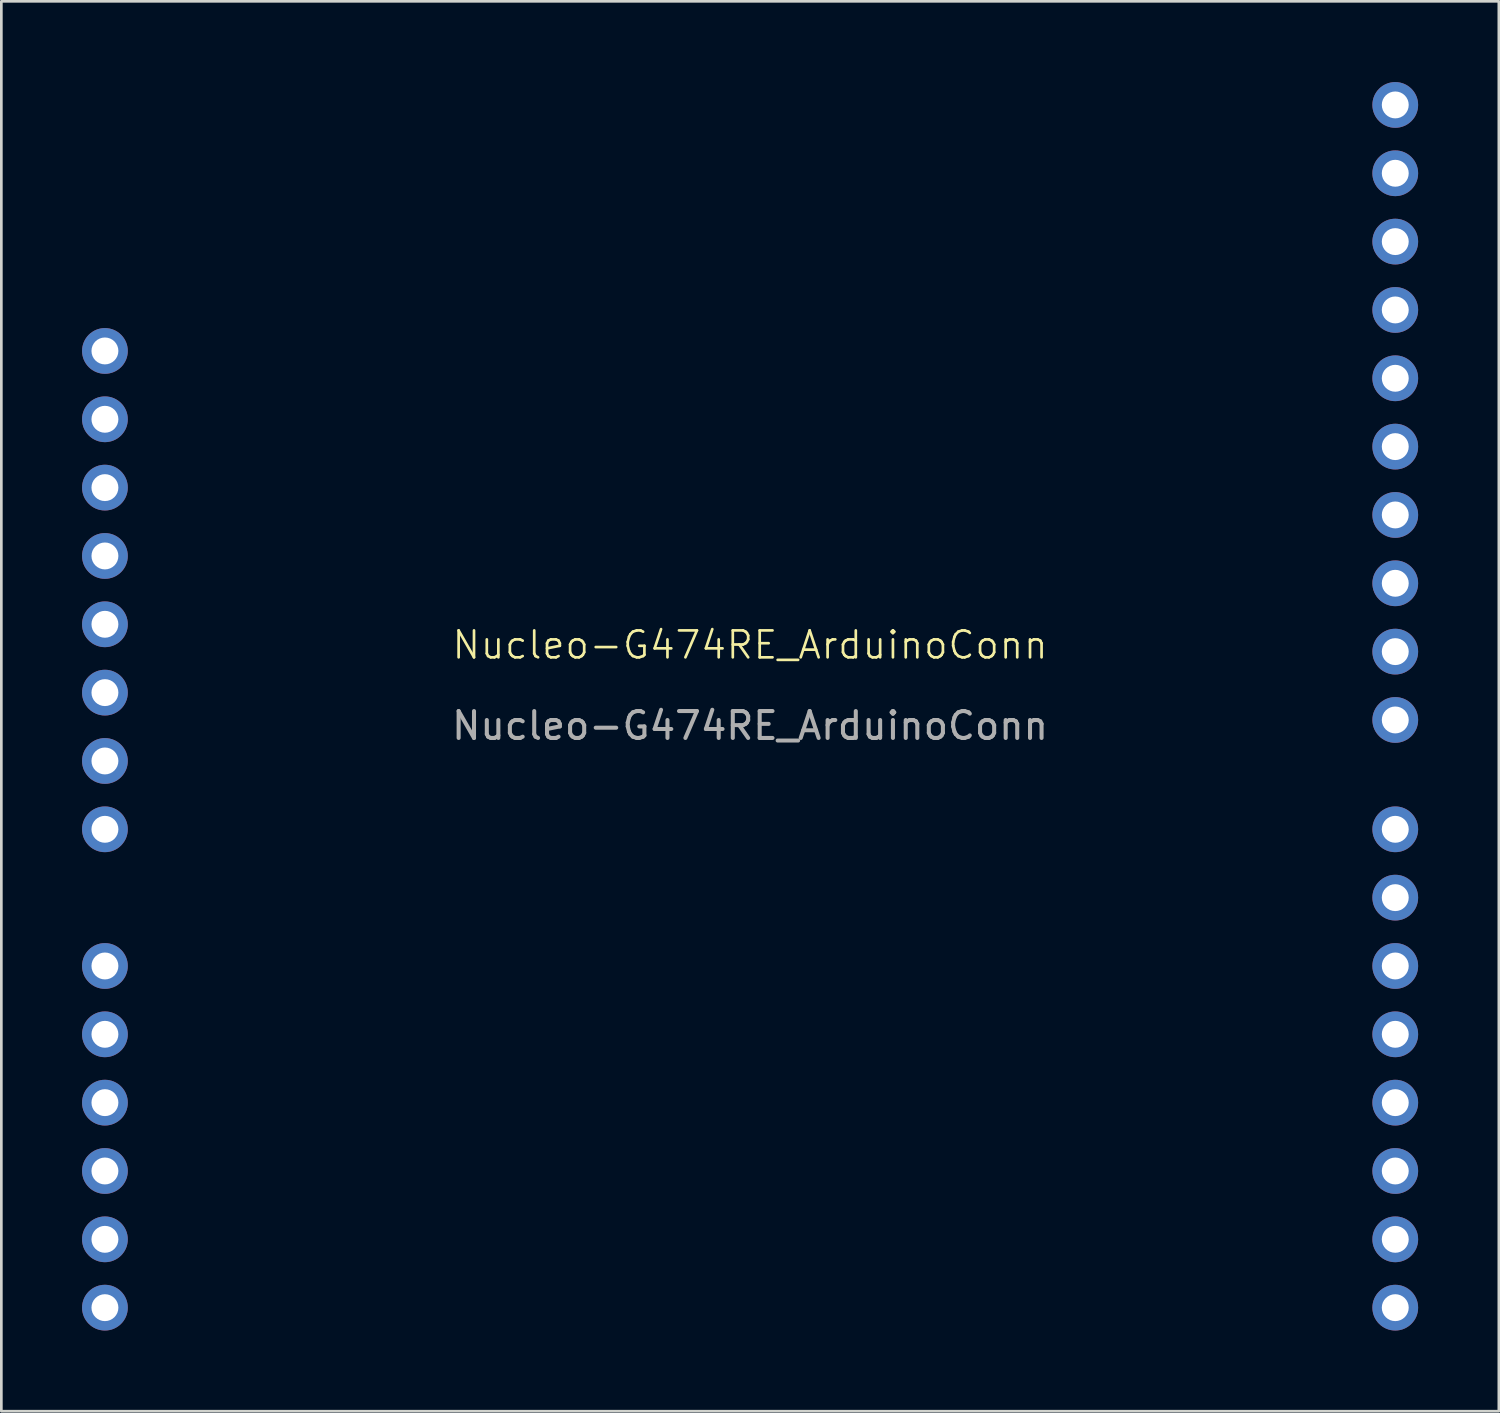
<source format=kicad_pcb>
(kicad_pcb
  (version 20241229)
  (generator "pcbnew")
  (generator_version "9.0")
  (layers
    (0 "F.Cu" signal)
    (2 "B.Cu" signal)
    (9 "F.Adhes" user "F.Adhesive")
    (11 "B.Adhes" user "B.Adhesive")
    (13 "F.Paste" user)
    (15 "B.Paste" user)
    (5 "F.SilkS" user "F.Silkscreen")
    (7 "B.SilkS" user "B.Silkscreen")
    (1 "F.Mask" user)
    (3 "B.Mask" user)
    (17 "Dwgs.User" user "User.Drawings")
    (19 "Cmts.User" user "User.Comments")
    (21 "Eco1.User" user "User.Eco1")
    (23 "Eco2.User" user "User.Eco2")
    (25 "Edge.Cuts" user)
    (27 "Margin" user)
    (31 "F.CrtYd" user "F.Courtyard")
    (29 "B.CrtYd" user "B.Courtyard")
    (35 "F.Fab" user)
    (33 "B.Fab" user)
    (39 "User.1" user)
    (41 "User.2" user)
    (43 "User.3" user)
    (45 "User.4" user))
  (footprint "Nucleo-G474RE_ArduinoConn"
    (layer "F.Cu")
    (at 24.83 21.424)
    (property "Reference" "Nucleo-G474RE_ArduinoConn" (at 0 -0.5 0) (unlocked yes) (layer "F.SilkS") (effects (font (size 1 1) (thickness 0.1))))
    (attr through_hole)
    (fp_text user "${REFERENCE}" (at 0 2.5 0) (unlocked yes) (layer "F.Fab") (effects (font (size 1 1) (thickness 0.15))))
    (pad "A1" thru_hole circle (at -23.98 -11.43) (size 1.7 1.7) (drill 1) (layers "*.Cu" "*.Mask"))
    (pad "A2" thru_hole circle (at -23.98 -8.89) (size 1.7 1.7) (drill 1) (layers "*.Cu" "*.Mask"))
    (pad "A3" thru_hole circle (at -23.98 -6.35) (size 1.7 1.7) (drill 1) (layers "*.Cu" "*.Mask"))
    (pad "A4" thru_hole circle (at -23.98 -3.81) (size 1.7 1.7) (drill 1) (layers "*.Cu" "*.Mask"))
    (pad "A5" thru_hole circle (at -23.98 -1.27) (size 1.7 1.7) (drill 1) (layers "*.Cu" "*.Mask"))
    (pad "A6" thru_hole circle (at -23.98 1.27) (size 1.7 1.7) (drill 1) (layers "*.Cu" "*.Mask"))
    (pad "A7" thru_hole circle (at -23.98 3.81) (size 1.7 1.7) (drill 1) (layers "*.Cu" "*.Mask"))
    (pad "A8" thru_hole circle (at -23.98 6.35) (size 1.7 1.7) (drill 1) (layers "*.Cu" "*.Mask"))
    (pad "B1" thru_hole circle (at -23.98 11.43) (size 1.7 1.7) (drill 1) (layers "*.Cu" "*.Mask"))
    (pad "B2" thru_hole circle (at -23.98 13.97) (size 1.7 1.7) (drill 1) (layers "*.Cu" "*.Mask"))
    (pad "B3" thru_hole circle (at -23.98 16.51) (size 1.7 1.7) (drill 1) (layers "*.Cu" "*.Mask"))
    (pad "B4" thru_hole circle (at -23.98 19.05) (size 1.7 1.7) (drill 1) (layers "*.Cu" "*.Mask"))
    (pad "B5" thru_hole circle (at -23.98 21.59) (size 1.7 1.7) (drill 1) (layers "*.Cu" "*.Mask"))
    (pad "B6" thru_hole circle (at -23.98 24.13) (size 1.7 1.7) (drill 1) (layers "*.Cu" "*.Mask"))
    (pad "C1" thru_hole circle (at 23.98 24.13) (size 1.7 1.7) (drill 1) (layers "*.Cu" "*.Mask"))
    (pad "C2" thru_hole circle (at 23.98 21.59) (size 1.7 1.7) (drill 1) (layers "*.Cu" "*.Mask"))
    (pad "C3" thru_hole circle (at 23.98 19.05) (size 1.7 1.7) (drill 1) (layers "*.Cu" "*.Mask"))
    (pad "C4" thru_hole circle (at 23.98 16.51) (size 1.7 1.7) (drill 1) (layers "*.Cu" "*.Mask"))
    (pad "C5" thru_hole circle (at 23.98 13.97) (size 1.7 1.7) (drill 1) (layers "*.Cu" "*.Mask"))
    (pad "C6" thru_hole circle (at 23.98 11.43) (size 1.7 1.7) (drill 1) (layers "*.Cu" "*.Mask"))
    (pad "C7" thru_hole circle (at 23.98 8.89) (size 1.7 1.7) (drill 1) (layers "*.Cu" "*.Mask"))
    (pad "C8" thru_hole circle (at 23.98 6.35) (size 1.7 1.7) (drill 1) (layers "*.Cu" "*.Mask"))
    (pad "D1" thru_hole circle (at 23.98 2.286) (size 1.7 1.7) (drill 1) (layers "*.Cu" "*.Mask"))
    (pad "D2" thru_hole circle (at 23.98 -0.254) (size 1.7 1.7) (drill 1) (layers "*.Cu" "*.Mask"))
    (pad "D3" thru_hole circle (at 23.98 -2.794) (size 1.7 1.7) (drill 1) (layers "*.Cu" "*.Mask"))
    (pad "D4" thru_hole circle (at 23.98 -5.334) (size 1.7 1.7) (drill 1) (layers "*.Cu" "*.Mask"))
    (pad "D5" thru_hole circle (at 23.98 -7.874) (size 1.7 1.7) (drill 1) (layers "*.Cu" "*.Mask"))
    (pad "D6" thru_hole circle (at 23.98 -10.414) (size 1.7 1.7) (drill 1) (layers "*.Cu" "*.Mask"))
    (pad "D7" thru_hole circle (at 23.98 -12.954) (size 1.7 1.7) (drill 1) (layers "*.Cu" "*.Mask"))
    (pad "D8" thru_hole circle (at 23.98 -15.494) (size 1.7 1.7) (drill 1) (layers "*.Cu" "*.Mask"))
    (pad "D9" thru_hole circle (at 23.98 -18.034) (size 1.7 1.7) (drill 1) (layers "*.Cu" "*.Mask"))
    (pad "D10" thru_hole circle (at 23.98 -20.574) (size 1.7 1.7) (drill 1) (layers "*.Cu" "*.Mask")))
  (gr_rect
    (start -3 -3)
    (end 52.66 49.404)
    (stroke (width 0.1) (type default))
    (fill no)
    (layer "Edge.Cuts")))
</source>
